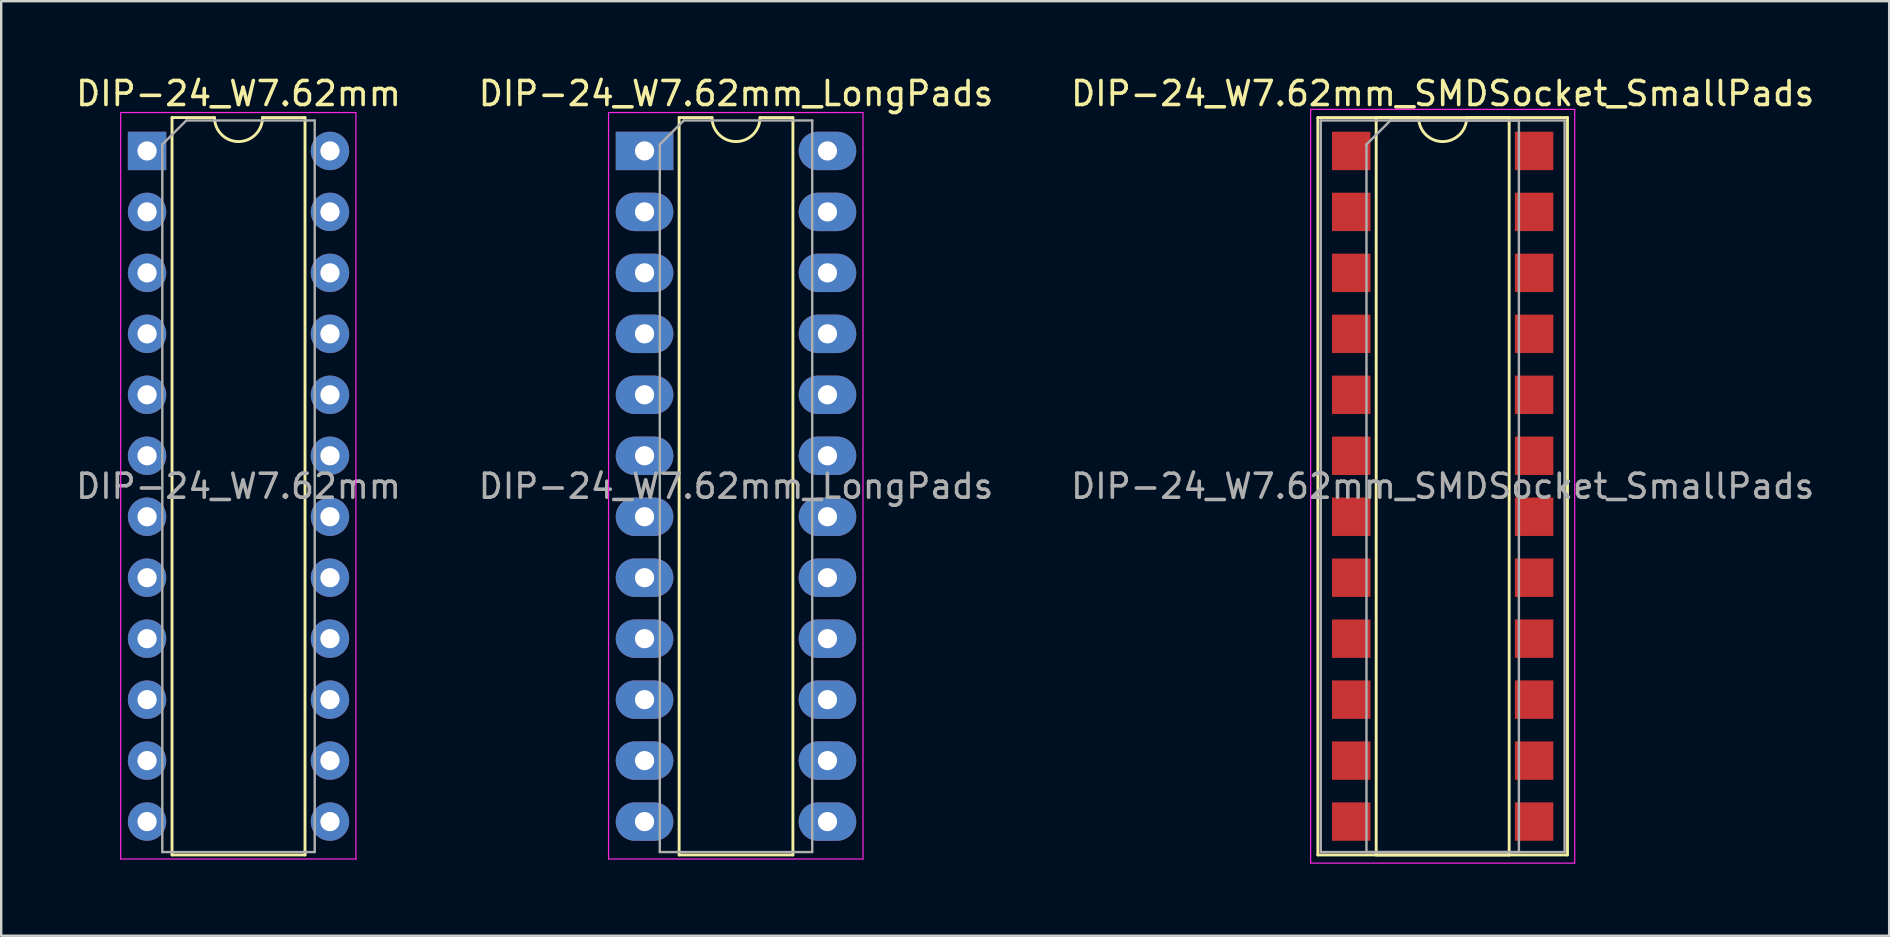
<source format=kicad_pcb>
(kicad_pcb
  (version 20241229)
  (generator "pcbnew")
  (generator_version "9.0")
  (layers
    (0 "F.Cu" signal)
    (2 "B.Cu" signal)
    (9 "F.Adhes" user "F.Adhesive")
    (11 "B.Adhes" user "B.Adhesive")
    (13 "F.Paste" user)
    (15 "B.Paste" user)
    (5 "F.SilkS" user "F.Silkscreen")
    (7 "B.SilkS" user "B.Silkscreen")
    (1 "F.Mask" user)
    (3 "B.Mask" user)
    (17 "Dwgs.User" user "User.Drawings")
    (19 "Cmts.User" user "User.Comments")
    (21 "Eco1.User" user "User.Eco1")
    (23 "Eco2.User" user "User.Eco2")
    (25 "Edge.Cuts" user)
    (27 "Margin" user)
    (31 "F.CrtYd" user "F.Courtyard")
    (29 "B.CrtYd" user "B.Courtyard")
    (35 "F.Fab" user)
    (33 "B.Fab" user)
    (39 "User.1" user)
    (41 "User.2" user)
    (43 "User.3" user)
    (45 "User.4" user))
  (footprint "DIP-24_W7.62mm_SMDSocket_SmallPads"
    (layer "F.Cu")
    (at 57.054 17.208)
    (property "Reference" "DIP-24_W7.62mm_SMDSocket_SmallPads" (at 0 -16.36 0) (layer "F.SilkS") (effects (font (size 1 1) (thickness 0.15))))
    (attr smd)
    (fp_line (start -5.2 -15.36) (end -5.2 15.36) (stroke (width 0.12) (type solid)) (layer "F.SilkS"))
    (fp_line (start -5.2 15.36) (end 5.2 15.36) (stroke (width 0.12) (type solid)) (layer "F.SilkS"))
    (fp_line (start -2.77 -15.36) (end -2.77 15.36) (stroke (width 0.12) (type solid)) (layer "F.SilkS"))
    (fp_line (start -2.77 15.36) (end 2.77 15.36) (stroke (width 0.12) (type solid)) (layer "F.SilkS"))
    (fp_line (start -1 -15.36) (end -2.77 -15.36) (stroke (width 0.12) (type solid)) (layer "F.SilkS"))
    (fp_line (start 2.77 -15.36) (end 1 -15.36) (stroke (width 0.12) (type solid)) (layer "F.SilkS"))
    (fp_line (start 2.77 15.36) (end 2.77 -15.36) (stroke (width 0.12) (type solid)) (layer "F.SilkS"))
    (fp_line (start 5.2 -15.36) (end -5.2 -15.36) (stroke (width 0.12) (type solid)) (layer "F.SilkS"))
    (fp_line (start 5.2 15.36) (end 5.2 -15.36) (stroke (width 0.12) (type solid)) (layer "F.SilkS"))
    (fp_arc (start 1 -15.36) (mid 0 -14.36) (end -1 -15.36) (stroke (width 0.12) (type solid)) (layer "F.SilkS"))
    (fp_line (start -5.5 -15.7) (end -5.5 15.7) (stroke (width 0.05) (type solid)) (layer "F.CrtYd"))
    (fp_line (start -5.5 15.7) (end 5.5 15.7) (stroke (width 0.05) (type solid)) (layer "F.CrtYd"))
    (fp_line (start 5.5 -15.7) (end -5.5 -15.7) (stroke (width 0.05) (type solid)) (layer "F.CrtYd"))
    (fp_line (start 5.5 15.7) (end 5.5 -15.7) (stroke (width 0.05) (type solid)) (layer "F.CrtYd"))
    (fp_line (start -5.08 -15.24) (end -5.08 15.24) (stroke (width 0.1) (type solid)) (layer "F.Fab"))
    (fp_line (start -5.08 15.24) (end 5.08 15.24) (stroke (width 0.1) (type solid)) (layer "F.Fab"))
    (fp_line (start -3.175 -14.24) (end -2.175 -15.24) (stroke (width 0.1) (type solid)) (layer "F.Fab"))
    (fp_line (start -3.175 15.24) (end -3.175 -14.24) (stroke (width 0.1) (type solid)) (layer "F.Fab"))
    (fp_line (start -2.175 -15.24) (end 3.175 -15.24) (stroke (width 0.1) (type solid)) (layer "F.Fab"))
    (fp_line (start 3.175 -15.24) (end 3.175 15.24) (stroke (width 0.1) (type solid)) (layer "F.Fab"))
    (fp_line (start 3.175 15.24) (end -3.175 15.24) (stroke (width 0.1) (type solid)) (layer "F.Fab"))
    (fp_line (start 5.08 -15.24) (end -5.08 -15.24) (stroke (width 0.1) (type solid)) (layer "F.Fab"))
    (fp_line (start 5.08 15.24) (end 5.08 -15.24) (stroke (width 0.1) (type solid)) (layer "F.Fab"))
    (fp_text user "${REFERENCE}" (at 0 0 0) (layer "F.Fab") (effects (font (size 1 1) (thickness 0.15))))
    (pad "1" smd rect (at -3.81 -13.97) (size 1.6 1.6) (layers "F.Cu" "F.Mask" "F.Paste"))
    (pad "2" smd rect (at -3.81 -11.43) (size 1.6 1.6) (layers "F.Cu" "F.Mask" "F.Paste"))
    (pad "3" smd rect (at -3.81 -8.89) (size 1.6 1.6) (layers "F.Cu" "F.Mask" "F.Paste"))
    (pad "4" smd rect (at -3.81 -6.35) (size 1.6 1.6) (layers "F.Cu" "F.Mask" "F.Paste"))
    (pad "5" smd rect (at -3.81 -3.81) (size 1.6 1.6) (layers "F.Cu" "F.Mask" "F.Paste"))
    (pad "6" smd rect (at -3.81 -1.27) (size 1.6 1.6) (layers "F.Cu" "F.Mask" "F.Paste"))
    (pad "7" smd rect (at -3.81 1.27) (size 1.6 1.6) (layers "F.Cu" "F.Mask" "F.Paste"))
    (pad "8" smd rect (at -3.81 3.81) (size 1.6 1.6) (layers "F.Cu" "F.Mask" "F.Paste"))
    (pad "9" smd rect (at -3.81 6.35) (size 1.6 1.6) (layers "F.Cu" "F.Mask" "F.Paste"))
    (pad "10" smd rect (at -3.81 8.89) (size 1.6 1.6) (layers "F.Cu" "F.Mask" "F.Paste"))
    (pad "11" smd rect (at -3.81 11.43) (size 1.6 1.6) (layers "F.Cu" "F.Mask" "F.Paste"))
    (pad "12" smd rect (at -3.81 13.97) (size 1.6 1.6) (layers "F.Cu" "F.Mask" "F.Paste"))
    (pad "13" smd rect (at 3.81 13.97) (size 1.6 1.6) (layers "F.Cu" "F.Mask" "F.Paste"))
    (pad "14" smd rect (at 3.81 11.43) (size 1.6 1.6) (layers "F.Cu" "F.Mask" "F.Paste"))
    (pad "15" smd rect (at 3.81 8.89) (size 1.6 1.6) (layers "F.Cu" "F.Mask" "F.Paste"))
    (pad "16" smd rect (at 3.81 6.35) (size 1.6 1.6) (layers "F.Cu" "F.Mask" "F.Paste"))
    (pad "17" smd rect (at 3.81 3.81) (size 1.6 1.6) (layers "F.Cu" "F.Mask" "F.Paste"))
    (pad "18" smd rect (at 3.81 1.27) (size 1.6 1.6) (layers "F.Cu" "F.Mask" "F.Paste"))
    (pad "19" smd rect (at 3.81 -1.27) (size 1.6 1.6) (layers "F.Cu" "F.Mask" "F.Paste"))
    (pad "20" smd rect (at 3.81 -3.81) (size 1.6 1.6) (layers "F.Cu" "F.Mask" "F.Paste"))
    (pad "21" smd rect (at 3.81 -6.35) (size 1.6 1.6) (layers "F.Cu" "F.Mask" "F.Paste"))
    (pad "22" smd rect (at 3.81 -8.89) (size 1.6 1.6) (layers "F.Cu" "F.Mask" "F.Paste"))
    (pad "23" smd rect (at 3.81 -11.43) (size 1.6 1.6) (layers "F.Cu" "F.Mask" "F.Paste"))
    (pad "24" smd rect (at 3.81 -13.97) (size 1.6 1.6) (layers "F.Cu" "F.Mask" "F.Paste")))
  (footprint "DIP-24_W7.62mm"
    (layer "F.Cu")
    (at 3.077 3.238)
    (property "Reference" "DIP-24_W7.62mm" (at 3.81 -2.39 0) (layer "F.SilkS") (effects (font (size 1 1) (thickness 0.15))))
    (attr through_hole)
    (fp_line (start 1.04 -1.39) (end 1.04 29.33) (stroke (width 0.12) (type solid)) (layer "F.SilkS"))
    (fp_line (start 1.04 29.33) (end 6.58 29.33) (stroke (width 0.12) (type solid)) (layer "F.SilkS"))
    (fp_line (start 2.81 -1.39) (end 1.04 -1.39) (stroke (width 0.12) (type solid)) (layer "F.SilkS"))
    (fp_line (start 6.58 -1.39) (end 4.81 -1.39) (stroke (width 0.12) (type solid)) (layer "F.SilkS"))
    (fp_line (start 6.58 29.33) (end 6.58 -1.39) (stroke (width 0.12) (type solid)) (layer "F.SilkS"))
    (fp_arc (start 4.81 -1.39) (mid 3.81 -0.39) (end 2.81 -1.39) (stroke (width 0.12) (type solid)) (layer "F.SilkS"))
    (fp_line (start -1.1 -1.6) (end -1.1 29.5) (stroke (width 0.05) (type solid)) (layer "F.CrtYd"))
    (fp_line (start -1.1 29.5) (end 8.7 29.5) (stroke (width 0.05) (type solid)) (layer "F.CrtYd"))
    (fp_line (start 8.7 -1.6) (end -1.1 -1.6) (stroke (width 0.05) (type solid)) (layer "F.CrtYd"))
    (fp_line (start 8.7 29.5) (end 8.7 -1.6) (stroke (width 0.05) (type solid)) (layer "F.CrtYd"))
    (fp_line (start 0.635 -0.27) (end 1.635 -1.27) (stroke (width 0.1) (type solid)) (layer "F.Fab"))
    (fp_line (start 0.635 29.21) (end 0.635 -0.27) (stroke (width 0.1) (type solid)) (layer "F.Fab"))
    (fp_line (start 1.635 -1.27) (end 6.985 -1.27) (stroke (width 0.1) (type solid)) (layer "F.Fab"))
    (fp_line (start 6.985 -1.27) (end 6.985 29.21) (stroke (width 0.1) (type solid)) (layer "F.Fab"))
    (fp_line (start 6.985 29.21) (end 0.635 29.21) (stroke (width 0.1) (type solid)) (layer "F.Fab"))
    (fp_text user "${REFERENCE}" (at 3.81 13.97 0) (layer "F.Fab") (effects (font (size 1 1) (thickness 0.15))))
    (pad "1" thru_hole rect (at 0 0) (size 1.6 1.6) (drill 0.8) (layers "*.Cu" "*.Mask"))
    (pad "2" thru_hole oval (at 0 2.54) (size 1.6 1.6) (drill 0.8) (layers "*.Cu" "*.Mask"))
    (pad "3" thru_hole oval (at 0 5.08) (size 1.6 1.6) (drill 0.8) (layers "*.Cu" "*.Mask"))
    (pad "4" thru_hole oval (at 0 7.62) (size 1.6 1.6) (drill 0.8) (layers "*.Cu" "*.Mask"))
    (pad "5" thru_hole oval (at 0 10.16) (size 1.6 1.6) (drill 0.8) (layers "*.Cu" "*.Mask"))
    (pad "6" thru_hole oval (at 0 12.7) (size 1.6 1.6) (drill 0.8) (layers "*.Cu" "*.Mask"))
    (pad "7" thru_hole oval (at 0 15.24) (size 1.6 1.6) (drill 0.8) (layers "*.Cu" "*.Mask"))
    (pad "8" thru_hole oval (at 0 17.78) (size 1.6 1.6) (drill 0.8) (layers "*.Cu" "*.Mask"))
    (pad "9" thru_hole oval (at 0 20.32) (size 1.6 1.6) (drill 0.8) (layers "*.Cu" "*.Mask"))
    (pad "10" thru_hole oval (at 0 22.86) (size 1.6 1.6) (drill 0.8) (layers "*.Cu" "*.Mask"))
    (pad "11" thru_hole oval (at 0 25.4) (size 1.6 1.6) (drill 0.8) (layers "*.Cu" "*.Mask"))
    (pad "12" thru_hole oval (at 0 27.94) (size 1.6 1.6) (drill 0.8) (layers "*.Cu" "*.Mask"))
    (pad "13" thru_hole oval (at 7.62 27.94) (size 1.6 1.6) (drill 0.8) (layers "*.Cu" "*.Mask"))
    (pad "14" thru_hole oval (at 7.62 25.4) (size 1.6 1.6) (drill 0.8) (layers "*.Cu" "*.Mask"))
    (pad "15" thru_hole oval (at 7.62 22.86) (size 1.6 1.6) (drill 0.8) (layers "*.Cu" "*.Mask"))
    (pad "16" thru_hole oval (at 7.62 20.32) (size 1.6 1.6) (drill 0.8) (layers "*.Cu" "*.Mask"))
    (pad "17" thru_hole oval (at 7.62 17.78) (size 1.6 1.6) (drill 0.8) (layers "*.Cu" "*.Mask"))
    (pad "18" thru_hole oval (at 7.62 15.24) (size 1.6 1.6) (drill 0.8) (layers "*.Cu" "*.Mask"))
    (pad "19" thru_hole oval (at 7.62 12.7) (size 1.6 1.6) (drill 0.8) (layers "*.Cu" "*.Mask"))
    (pad "20" thru_hole oval (at 7.62 10.16) (size 1.6 1.6) (drill 0.8) (layers "*.Cu" "*.Mask"))
    (pad "21" thru_hole oval (at 7.62 7.62) (size 1.6 1.6) (drill 0.8) (layers "*.Cu" "*.Mask"))
    (pad "22" thru_hole oval (at 7.62 5.08) (size 1.6 1.6) (drill 0.8) (layers "*.Cu" "*.Mask"))
    (pad "23" thru_hole oval (at 7.62 2.54) (size 1.6 1.6) (drill 0.8) (layers "*.Cu" "*.Mask"))
    (pad "24" thru_hole oval (at 7.62 0) (size 1.6 1.6) (drill 0.8) (layers "*.Cu" "*.Mask")))
  (footprint "DIP-24_W7.62mm_LongPads"
    (layer "F.Cu")
    (at 23.803 3.238)
    (property "Reference" "DIP-24_W7.62mm_LongPads" (at 3.81 -2.39 0) (layer "F.SilkS") (effects (font (size 1 1) (thickness 0.15))))
    (attr through_hole)
    (fp_line (start 1.44 -1.39) (end 1.44 29.33) (stroke (width 0.12) (type solid)) (layer "F.SilkS"))
    (fp_line (start 1.44 29.33) (end 6.18 29.33) (stroke (width 0.12) (type solid)) (layer "F.SilkS"))
    (fp_line (start 2.81 -1.39) (end 1.44 -1.39) (stroke (width 0.12) (type solid)) (layer "F.SilkS"))
    (fp_line (start 6.18 -1.39) (end 4.81 -1.39) (stroke (width 0.12) (type solid)) (layer "F.SilkS"))
    (fp_line (start 6.18 29.33) (end 6.18 -1.39) (stroke (width 0.12) (type solid)) (layer "F.SilkS"))
    (fp_arc (start 4.81 -1.39) (mid 3.81 -0.39) (end 2.81 -1.39) (stroke (width 0.12) (type solid)) (layer "F.SilkS"))
    (fp_line (start -1.5 -1.6) (end -1.5 29.5) (stroke (width 0.05) (type solid)) (layer "F.CrtYd"))
    (fp_line (start -1.5 29.5) (end 9.1 29.5) (stroke (width 0.05) (type solid)) (layer "F.CrtYd"))
    (fp_line (start 9.1 -1.6) (end -1.5 -1.6) (stroke (width 0.05) (type solid)) (layer "F.CrtYd"))
    (fp_line (start 9.1 29.5) (end 9.1 -1.6) (stroke (width 0.05) (type solid)) (layer "F.CrtYd"))
    (fp_line (start 0.635 -0.27) (end 1.635 -1.27) (stroke (width 0.1) (type solid)) (layer "F.Fab"))
    (fp_line (start 0.635 29.21) (end 0.635 -0.27) (stroke (width 0.1) (type solid)) (layer "F.Fab"))
    (fp_line (start 1.635 -1.27) (end 6.985 -1.27) (stroke (width 0.1) (type solid)) (layer "F.Fab"))
    (fp_line (start 6.985 -1.27) (end 6.985 29.21) (stroke (width 0.1) (type solid)) (layer "F.Fab"))
    (fp_line (start 6.985 29.21) (end 0.635 29.21) (stroke (width 0.1) (type solid)) (layer "F.Fab"))
    (fp_text user "${REFERENCE}" (at 3.81 13.97 0) (layer "F.Fab") (effects (font (size 1 1) (thickness 0.15))))
    (pad "1" thru_hole rect (at 0 0) (size 2.4 1.6) (drill 0.8) (layers "*.Cu" "*.Mask"))
    (pad "2" thru_hole oval (at 0 2.54) (size 2.4 1.6) (drill 0.8) (layers "*.Cu" "*.Mask"))
    (pad "3" thru_hole oval (at 0 5.08) (size 2.4 1.6) (drill 0.8) (layers "*.Cu" "*.Mask"))
    (pad "4" thru_hole oval (at 0 7.62) (size 2.4 1.6) (drill 0.8) (layers "*.Cu" "*.Mask"))
    (pad "5" thru_hole oval (at 0 10.16) (size 2.4 1.6) (drill 0.8) (layers "*.Cu" "*.Mask"))
    (pad "6" thru_hole oval (at 0 12.7) (size 2.4 1.6) (drill 0.8) (layers "*.Cu" "*.Mask"))
    (pad "7" thru_hole oval (at 0 15.24) (size 2.4 1.6) (drill 0.8) (layers "*.Cu" "*.Mask"))
    (pad "8" thru_hole oval (at 0 17.78) (size 2.4 1.6) (drill 0.8) (layers "*.Cu" "*.Mask"))
    (pad "9" thru_hole oval (at 0 20.32) (size 2.4 1.6) (drill 0.8) (layers "*.Cu" "*.Mask"))
    (pad "10" thru_hole oval (at 0 22.86) (size 2.4 1.6) (drill 0.8) (layers "*.Cu" "*.Mask"))
    (pad "11" thru_hole oval (at 0 25.4) (size 2.4 1.6) (drill 0.8) (layers "*.Cu" "*.Mask"))
    (pad "12" thru_hole oval (at 0 27.94) (size 2.4 1.6) (drill 0.8) (layers "*.Cu" "*.Mask"))
    (pad "13" thru_hole oval (at 7.62 27.94) (size 2.4 1.6) (drill 0.8) (layers "*.Cu" "*.Mask"))
    (pad "14" thru_hole oval (at 7.62 25.4) (size 2.4 1.6) (drill 0.8) (layers "*.Cu" "*.Mask"))
    (pad "15" thru_hole oval (at 7.62 22.86) (size 2.4 1.6) (drill 0.8) (layers "*.Cu" "*.Mask"))
    (pad "16" thru_hole oval (at 7.62 20.32) (size 2.4 1.6) (drill 0.8) (layers "*.Cu" "*.Mask"))
    (pad "17" thru_hole oval (at 7.62 17.78) (size 2.4 1.6) (drill 0.8) (layers "*.Cu" "*.Mask"))
    (pad "18" thru_hole oval (at 7.62 15.24) (size 2.4 1.6) (drill 0.8) (layers "*.Cu" "*.Mask"))
    (pad "19" thru_hole oval (at 7.62 12.7) (size 2.4 1.6) (drill 0.8) (layers "*.Cu" "*.Mask"))
    (pad "20" thru_hole oval (at 7.62 10.16) (size 2.4 1.6) (drill 0.8) (layers "*.Cu" "*.Mask"))
    (pad "21" thru_hole oval (at 7.62 7.62) (size 2.4 1.6) (drill 0.8) (layers "*.Cu" "*.Mask"))
    (pad "22" thru_hole oval (at 7.62 5.08) (size 2.4 1.6) (drill 0.8) (layers "*.Cu" "*.Mask"))
    (pad "23" thru_hole oval (at 7.62 2.54) (size 2.4 1.6) (drill 0.8) (layers "*.Cu" "*.Mask"))
    (pad "24" thru_hole oval (at 7.62 0) (size 2.4 1.6) (drill 0.8) (layers "*.Cu" "*.Mask")))
  (gr_rect
    (start -3 -3)
    (end 75.655 35.933)
    (stroke (width 0.1) (type default))
    (fill no)
    (layer "Edge.Cuts")))
</source>
